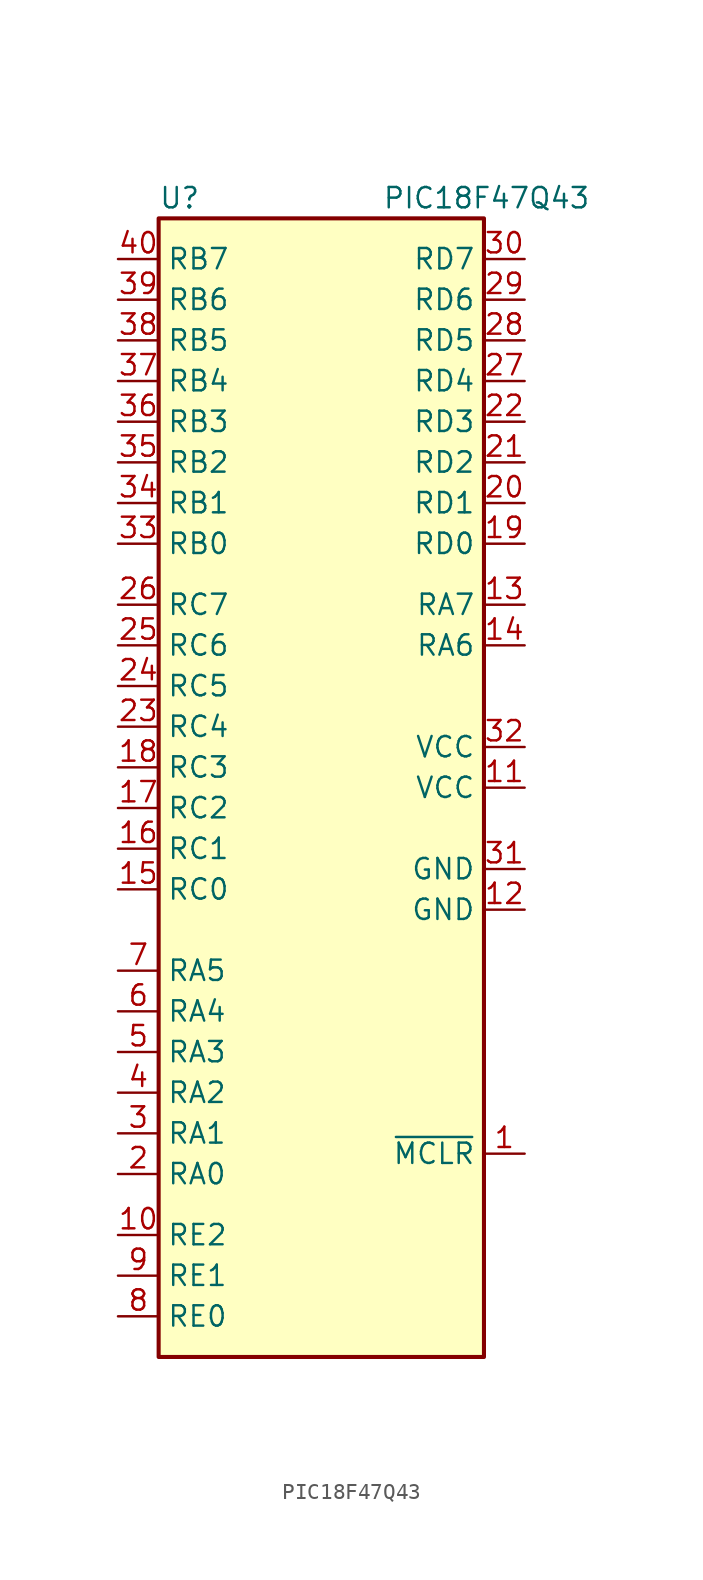
<source format=kicad_sym>
(kicad_symbol_lib
  (version 20211014)
  (generator kicad_symbol_editor)
  (symbol "PIC18F47Q43"
    (property "Reference" "U"
      (at -10.16 34.29 0)
      (effects (font (size 1.27 1.27)) (justify left)))
    (property "Value" "PIC18F47Q43"
      (at 3.81 34.29 0)
      (effects (font (size 1.27 1.27)) (justify left)))
    (symbol "PIC18F47Q43_0_1"
      (rectangle (start -10.16 33.02) (end 10.16 -38.1) (stroke (width 0.254) (type default) (color 0 0 0 0)) (fill (type background))))
    (symbol "PIC18F47Q43_1_1"
      (pin input line (at 12.7 -25.4 180) (length 2.54) (name "~{MCLR}" (effects (font (size 1.27 1.27)))) (number "1" (effects (font (size 1.27 1.27)))))
      (pin bidirectional line (at -12.7 -30.48 0) (length 2.54) (name "RE2" (effects (font (size 1.27 1.27)))) (number "10" (effects (font (size 1.27 1.27)))))
      (pin power_in line (at 12.7 -2.54 180) (length 2.54) (name "VCC" (effects (font (size 1.27 1.27)))) (number "11" (effects (font (size 1.27 1.27)))))
      (pin power_in line (at 12.7 -10.16 180) (length 2.54) (name "GND" (effects (font (size 1.27 1.27)))) (number "12" (effects (font (size 1.27 1.27)))))
      (pin bidirectional line (at 12.7 8.89 180) (length 2.54) (name "RA7" (effects (font (size 1.27 1.27)))) (number "13" (effects (font (size 1.27 1.27)))))
      (pin bidirectional line (at 12.7 6.35 180) (length 2.54) (name "RA6" (effects (font (size 1.27 1.27)))) (number "14" (effects (font (size 1.27 1.27)))))
      (pin bidirectional line (at -12.7 -8.89 0) (length 2.54) (name "RC0" (effects (font (size 1.27 1.27)))) (number "15" (effects (font (size 1.27 1.27)))))
      (pin bidirectional line (at -12.7 -6.35 0) (length 2.54) (name "RC1" (effects (font (size 1.27 1.27)))) (number "16" (effects (font (size 1.27 1.27)))))
      (pin bidirectional line (at -12.7 -3.81 0) (length 2.54) (name "RC2" (effects (font (size 1.27 1.27)))) (number "17" (effects (font (size 1.27 1.27)))))
      (pin bidirectional line (at -12.7 -1.27 0) (length 2.54) (name "RC3" (effects (font (size 1.27 1.27)))) (number "18" (effects (font (size 1.27 1.27)))))
      (pin bidirectional line (at 12.7 12.7 180) (length 2.54) (name "RD0" (effects (font (size 1.27 1.27)))) (number "19" (effects (font (size 1.27 1.27)))))
      (pin bidirectional line (at -12.7 -26.67 0) (length 2.54) (name "RA0" (effects (font (size 1.27 1.27)))) (number "2" (effects (font (size 1.27 1.27)))))
      (pin bidirectional line (at 12.7 15.24 180) (length 2.54) (name "RD1" (effects (font (size 1.27 1.27)))) (number "20" (effects (font (size 1.27 1.27)))))
      (pin bidirectional line (at 12.7 17.78 180) (length 2.54) (name "RD2" (effects (font (size 1.27 1.27)))) (number "21" (effects (font (size 1.27 1.27)))))
      (pin bidirectional line (at 12.7 20.32 180) (length 2.54) (name "RD3" (effects (font (size 1.27 1.27)))) (number "22" (effects (font (size 1.27 1.27)))))
      (pin bidirectional line (at -12.7 1.27 0) (length 2.54) (name "RC4" (effects (font (size 1.27 1.27)))) (number "23" (effects (font (size 1.27 1.27)))))
      (pin bidirectional line (at -12.7 3.81 0) (length 2.54) (name "RC5" (effects (font (size 1.27 1.27)))) (number "24" (effects (font (size 1.27 1.27)))))
      (pin bidirectional line (at -12.7 6.35 0) (length 2.54) (name "RC6" (effects (font (size 1.27 1.27)))) (number "25" (effects (font (size 1.27 1.27)))))
      (pin bidirectional line (at -12.7 8.89 0) (length 2.54) (name "RC7" (effects (font (size 1.27 1.27)))) (number "26" (effects (font (size 1.27 1.27)))))
      (pin bidirectional line (at 12.7 22.86 180) (length 2.54) (name "RD4" (effects (font (size 1.27 1.27)))) (number "27" (effects (font (size 1.27 1.27)))))
      (pin bidirectional line (at 12.7 25.4 180) (length 2.54) (name "RD5" (effects (font (size 1.27 1.27)))) (number "28" (effects (font (size 1.27 1.27)))))
      (pin bidirectional line (at 12.7 27.94 180) (length 2.54) (name "RD6" (effects (font (size 1.27 1.27)))) (number "29" (effects (font (size 1.27 1.27)))))
      (pin bidirectional line (at -12.7 -24.13 0) (length 2.54) (name "RA1" (effects (font (size 1.27 1.27)))) (number "3" (effects (font (size 1.27 1.27)))))
      (pin bidirectional line (at 12.7 30.48 180) (length 2.54) (name "RD7" (effects (font (size 1.27 1.27)))) (number "30" (effects (font (size 1.27 1.27)))))
      (pin power_in line (at 12.7 -7.62 180) (length 2.54) (name "GND" (effects (font (size 1.27 1.27)))) (number "31" (effects (font (size 1.27 1.27)))))
      (pin power_in line (at 12.7 0 180) (length 2.54) (name "VCC" (effects (font (size 1.27 1.27)))) (number "32" (effects (font (size 1.27 1.27)))))
      (pin bidirectional line (at -12.7 12.7 0) (length 2.54) (name "RB0" (effects (font (size 1.27 1.27)))) (number "33" (effects (font (size 1.27 1.27)))))
      (pin bidirectional line (at -12.7 15.24 0) (length 2.54) (name "RB1" (effects (font (size 1.27 1.27)))) (number "34" (effects (font (size 1.27 1.27)))))
      (pin bidirectional line (at -12.7 17.78 0) (length 2.54) (name "RB2" (effects (font (size 1.27 1.27)))) (number "35" (effects (font (size 1.27 1.27)))))
      (pin bidirectional line (at -12.7 20.32 0) (length 2.54) (name "RB3" (effects (font (size 1.27 1.27)))) (number "36" (effects (font (size 1.27 1.27)))))
      (pin bidirectional line (at -12.7 22.86 0) (length 2.54) (name "RB4" (effects (font (size 1.27 1.27)))) (number "37" (effects (font (size 1.27 1.27)))))
      (pin bidirectional line (at -12.7 25.4 0) (length 2.54) (name "RB5" (effects (font (size 1.27 1.27)))) (number "38" (effects (font (size 1.27 1.27)))))
      (pin bidirectional line (at -12.7 27.94 0) (length 2.54) (name "RB6" (effects (font (size 1.27 1.27)))) (number "39" (effects (font (size 1.27 1.27)))))
      (pin bidirectional line (at -12.7 -21.59 0) (length 2.54) (name "RA2" (effects (font (size 1.27 1.27)))) (number "4" (effects (font (size 1.27 1.27)))))
      (pin bidirectional line (at -12.7 30.48 0) (length 2.54) (name "RB7" (effects (font (size 1.27 1.27)))) (number "40" (effects (font (size 1.27 1.27)))))
      (pin bidirectional line (at -12.7 -19.05 0) (length 2.54) (name "RA3" (effects (font (size 1.27 1.27)))) (number "5" (effects (font (size 1.27 1.27)))))
      (pin bidirectional line (at -12.7 -16.51 0) (length 2.54) (name "RA4" (effects (font (size 1.27 1.27)))) (number "6" (effects (font (size 1.27 1.27)))))
      (pin bidirectional line (at -12.7 -13.97 0) (length 2.54) (name "RA5" (effects (font (size 1.27 1.27)))) (number "7" (effects (font (size 1.27 1.27)))))
      (pin bidirectional line (at -12.7 -35.56 0) (length 2.54) (name "RE0" (effects (font (size 1.27 1.27)))) (number "8" (effects (font (size 1.27 1.27)))))
      (pin bidirectional line (at -12.7 -33.02 0) (length 2.54) (name "RE1" (effects (font (size 1.27 1.27)))) (number "9" (effects (font (size 1.27 1.27))))))))
</source>
